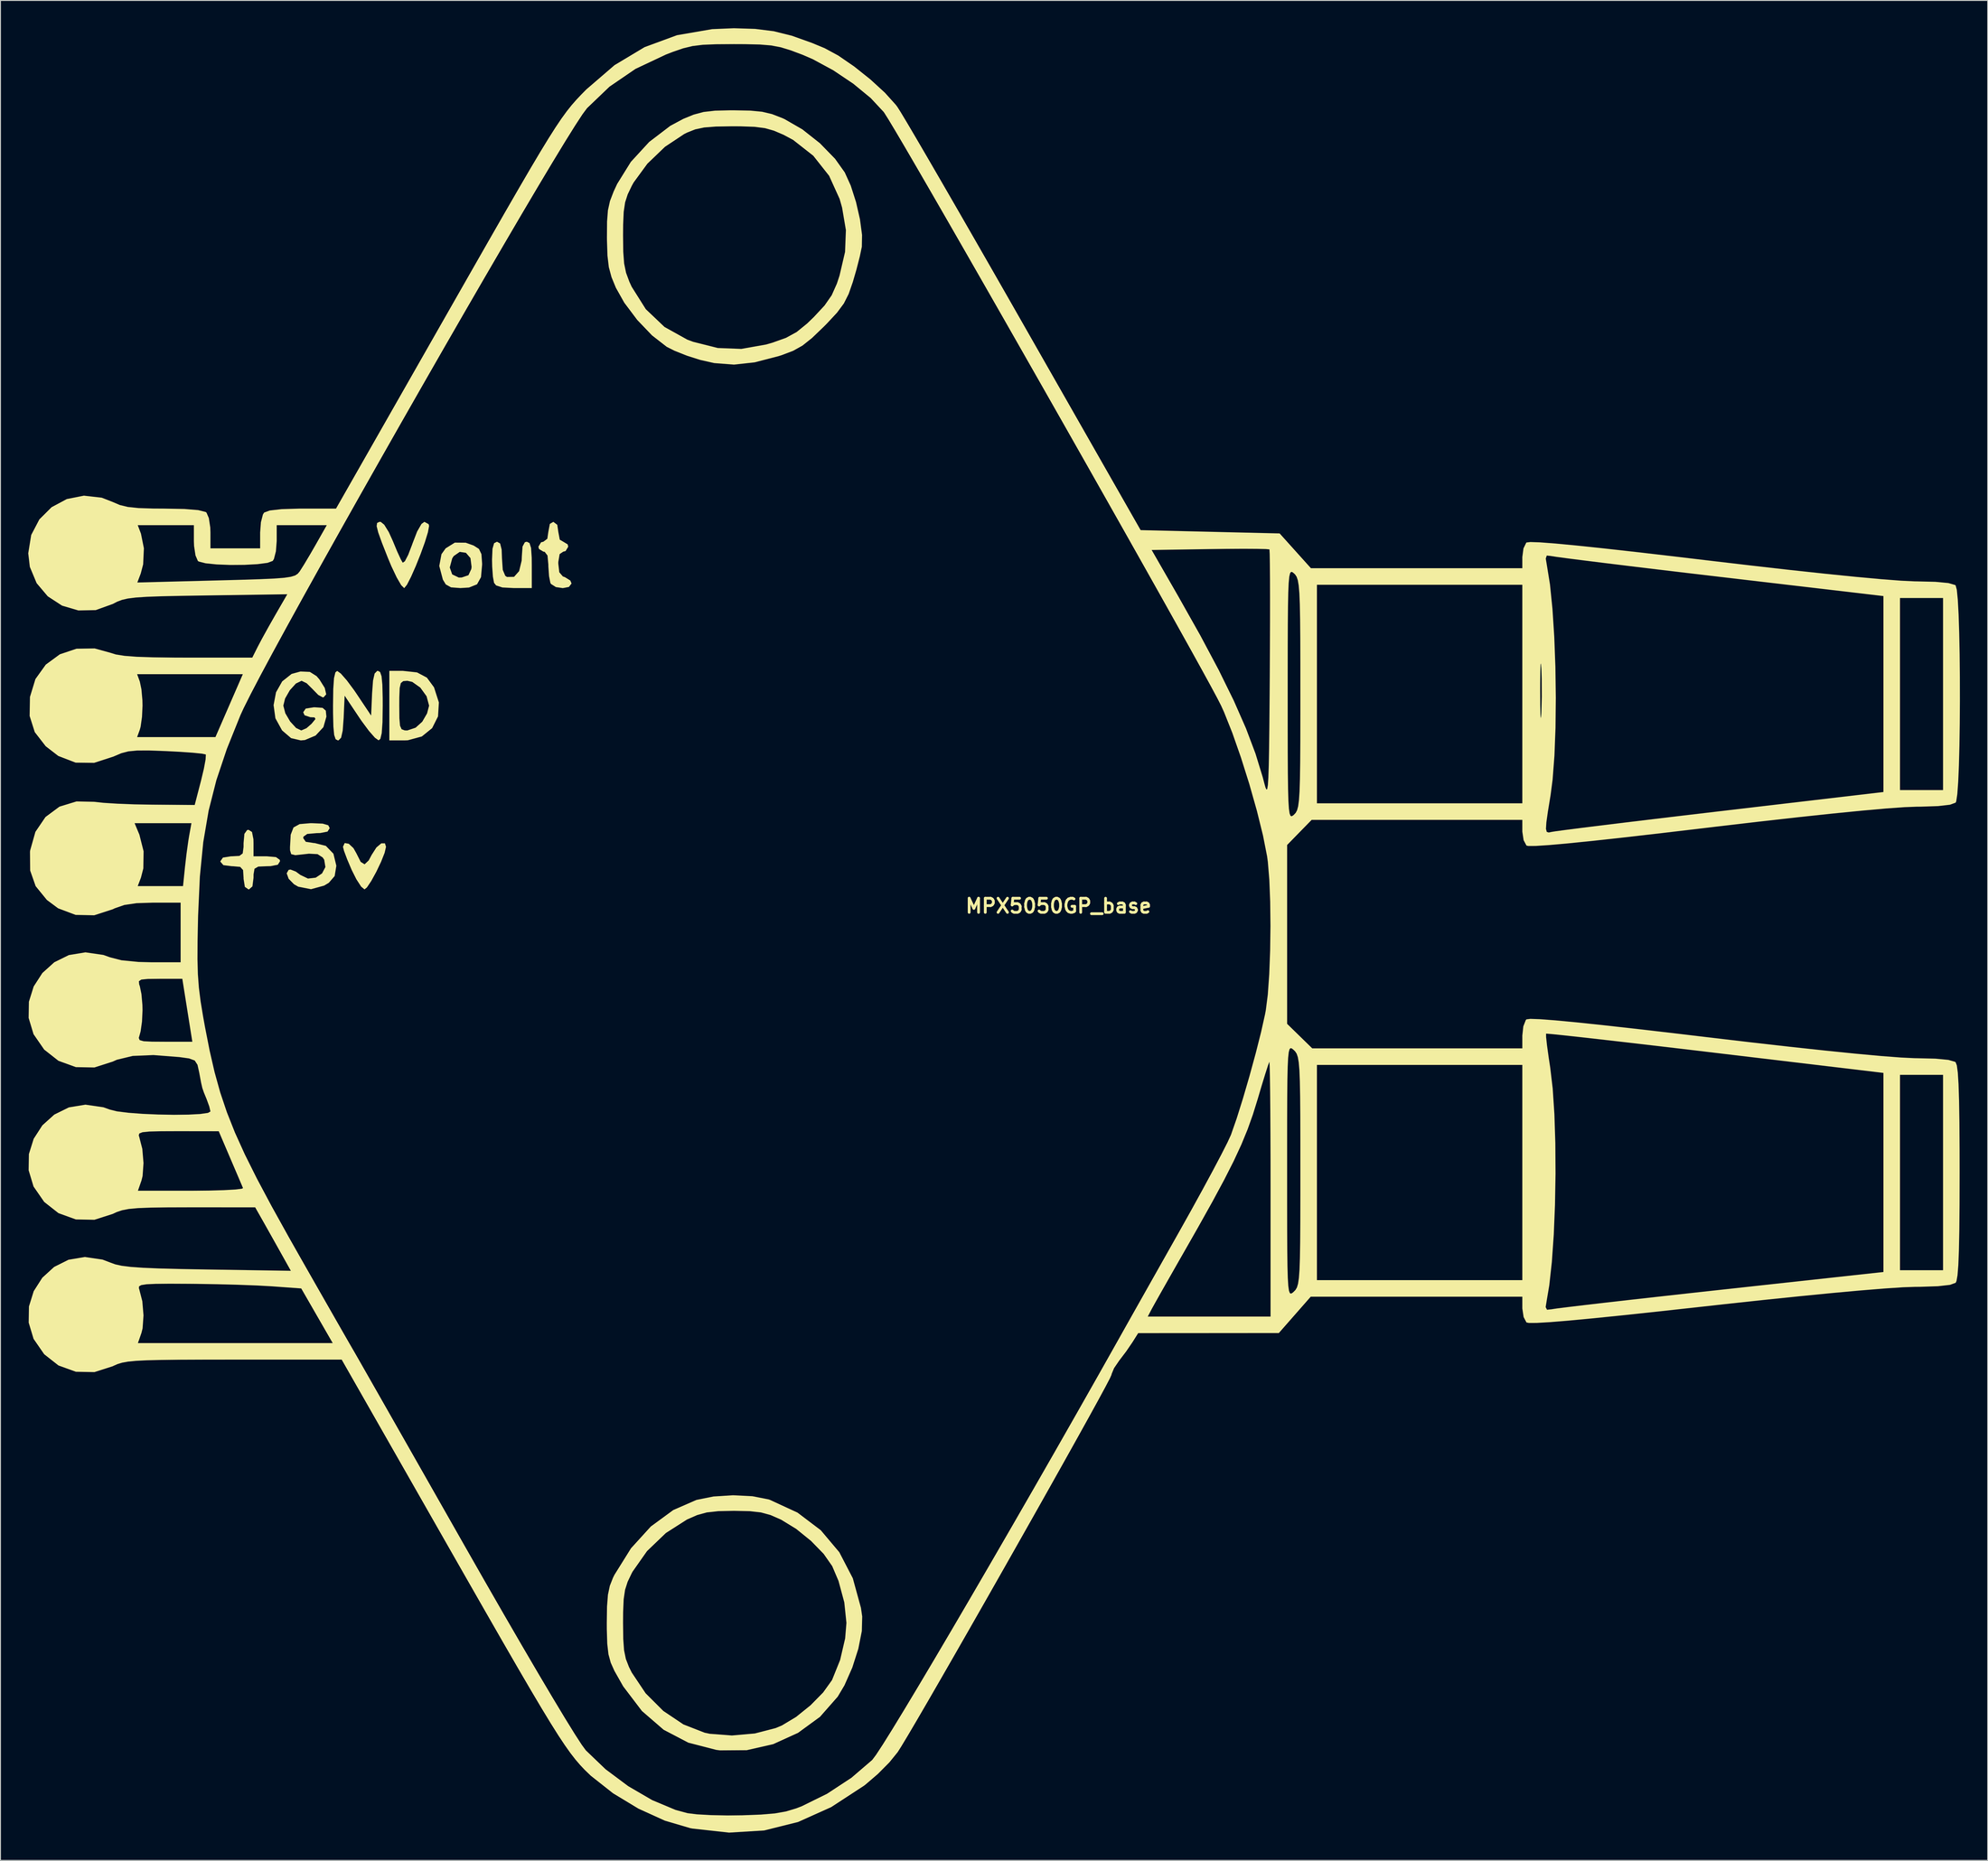
<source format=kicad_pcb>
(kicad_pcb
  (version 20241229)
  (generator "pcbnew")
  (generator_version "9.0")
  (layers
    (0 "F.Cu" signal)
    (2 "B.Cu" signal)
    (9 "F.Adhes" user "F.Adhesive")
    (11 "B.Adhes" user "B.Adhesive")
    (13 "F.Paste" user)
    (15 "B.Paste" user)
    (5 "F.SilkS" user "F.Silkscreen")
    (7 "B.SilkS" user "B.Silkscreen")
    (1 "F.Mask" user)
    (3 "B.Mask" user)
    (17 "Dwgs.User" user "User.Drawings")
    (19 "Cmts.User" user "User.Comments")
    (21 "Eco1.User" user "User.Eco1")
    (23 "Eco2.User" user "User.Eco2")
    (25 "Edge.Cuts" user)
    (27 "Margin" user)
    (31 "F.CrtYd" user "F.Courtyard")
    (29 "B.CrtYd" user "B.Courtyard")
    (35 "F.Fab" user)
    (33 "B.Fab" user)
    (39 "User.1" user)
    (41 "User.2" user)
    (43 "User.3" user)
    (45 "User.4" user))
  (footprint "MPX5050GP_base"
    (layer "F.Cu")
    (at 111.259 94.827)
    (property "Reference" "MPX5050GP_base" (at 0 0 0) (layer "F.SilkS") (effects (font (size 1.524 1.524) (thickness 0.3))))
    (attr board_only exclude_from_pos_files exclude_from_bom)
    (fp_poly (pts (xy -76.648 -6.721) (xy -76.142 -6.25) (xy -75.839 -5.716) (xy -75.357 -4.762) (xy -74.937 -4.499) (xy -74.494 -4.919) (xy -74.169 -5.526) (xy -73.66 -6.322) (xy -73.134 -6.764) (xy -72.741 -6.768) (xy -72.623 -6.395) (xy -72.774 -5.74) (xy -73.158 -4.771) (xy -73.674 -3.688) (xy -74.218 -2.697) (xy -74.688 -1.999) (xy -74.948 -1.789) (xy -75.31 -2.091) (xy -75.823 -2.881) (xy -76.33 -3.891) (xy -76.82 -5.042) (xy -77.161 -5.955) (xy -77.273 -6.395) (xy -77.086 -6.798)) (stroke (width 0) (type solid)) (fill yes) (layer "F.SilkS"))
    (fp_poly (pts (xy -57.127 -39.205) (xy -56.96 -38.675) (xy -56.89 -37.632) (xy -56.882 -36.848) (xy -56.882 -34.344) (xy -58.811 -34.344) (xy -60.056 -34.409) (xy -60.736 -34.631) (xy -60.958 -34.91) (xy -61.081 -35.575) (xy -61.159 -36.662) (xy -61.175 -37.414) (xy -61.125 -38.59) (xy -60.952 -39.191) (xy -60.638 -39.352) (xy -60.301 -39.162) (xy -60.137 -38.502) (xy -60.101 -37.552) (xy -60.017 -36.314) (xy -59.747 -35.669) (xy -59.56 -35.545) (xy -58.799 -35.556) (xy -58.249 -36.176) (xy -57.974 -37.315) (xy -57.955 -37.786) (xy -57.881 -38.831) (xy -57.63 -39.297) (xy -57.418 -39.352)) (stroke (width 0) (type solid)) (fill yes) (layer "F.SilkS"))
    (fp_poly (pts (xy -64.017 -39.245) (xy -63.159 -38.937) (xy -62.588 -38.573) (xy -62.32 -38.012) (xy -62.248 -37.009) (xy -62.248 -36.862) (xy -62.365 -35.526) (xy -62.796 -34.75) (xy -63.662 -34.402) (xy -64.587 -34.344) (xy -65.6 -34.421) (xy -66.169 -34.737) (xy -66.483 -35.255) (xy -66.829 -36.567) (xy -65.74 -36.567) (xy -65.476 -35.82) (xy -64.767 -35.48) (xy -64.453 -35.486) (xy -63.722 -35.734) (xy -63.415 -36.397) (xy -63.382 -36.63) (xy -63.504 -37.584) (xy -63.995 -38.153) (xy -64.664 -38.254) (xy -65.315 -37.801) (xy -65.475 -37.55) (xy -65.74 -36.567) (xy -66.829 -36.567) (xy -66.873 -36.733) (xy -66.635 -38.004) (xy -66.183 -38.637) (xy -65.194 -39.254)) (stroke (width 0) (type solid)) (fill yes) (layer "F.SilkS"))
    (fp_poly (pts (xy -68.023 -41.25) (xy -67.972 -41.058) (xy -68.097 -40.375) (xy -68.424 -39.308) (xy -68.884 -38.034) (xy -69.407 -36.726) (xy -69.922 -35.559) (xy -70.36 -34.708) (xy -70.65 -34.346) (xy -70.666 -34.344) (xy -70.983 -34.655) (xy -71.47 -35.493) (xy -72.048 -36.712) (xy -72.406 -37.566) (xy -73.064 -39.236) (xy -73.466 -40.355) (xy -73.634 -41.031) (xy -73.589 -41.374) (xy -73.355 -41.491) (xy -73.201 -41.499) (xy -72.819 -41.191) (xy -72.324 -40.39) (xy -71.893 -39.442) (xy -71.422 -38.307) (xy -71.024 -37.442) (xy -70.818 -37.084) (xy -70.588 -37.242) (xy -70.226 -37.939) (xy -69.809 -39.029) (xy -69.771 -39.141) (xy -69.264 -40.452) (xy -68.794 -41.272) (xy -68.479 -41.499)) (stroke (width 0) (type solid)) (fill yes) (layer "F.SilkS"))
    (fp_poly (pts (xy -69.275 -25.232) (xy -68.209 -24.667) (xy -67.439 -23.618) (xy -66.916 -21.989) (xy -67.007 -20.48) (xy -67.643 -19.213) (xy -68.756 -18.312) (xy -70.277 -17.9) (xy -70.627 -17.887) (xy -72.265 -17.887) (xy -72.265 -21.644) (xy -71.192 -21.644) (xy -71.18 -20.279) (xy -71.112 -19.478) (xy -70.939 -19.092) (xy -70.612 -18.97) (xy -70.323 -18.961) (xy -69.428 -19.261) (xy -68.713 -19.903) (xy -68.191 -20.801) (xy -67.972 -21.64) (xy -67.972 -21.644) (xy -68.244 -22.656) (xy -68.921 -23.591) (xy -69.792 -24.208) (xy -70.323 -24.327) (xy -70.765 -24.29) (xy -71.024 -24.08) (xy -71.149 -23.546) (xy -71.188 -22.536) (xy -71.192 -21.644) (xy -72.265 -21.644) (xy -72.265 -25.4) (xy -70.81 -25.4)) (stroke (width 0) (type solid)) (fill yes) (layer "F.SilkS"))
    (fp_poly (pts (xy -54.13 -41.179) (xy -54.02 -40.425) (xy -53.86 -39.573) (xy -53.483 -39.352) (xy -53.009 -39.066) (xy -52.946 -38.815) (xy -53.233 -38.341) (xy -53.483 -38.279) (xy -53.875 -38.015) (xy -54.018 -37.165) (xy -54.02 -36.993) (xy -53.913 -36.052) (xy -53.527 -35.601) (xy -53.304 -35.521) (xy -52.723 -35.161) (xy -52.589 -34.839) (xy -52.874 -34.466) (xy -53.535 -34.339) (xy -54.278 -34.45) (xy -54.81 -34.79) (xy -54.876 -34.91) (xy -55.018 -35.627) (xy -55.091 -36.669) (xy -55.093 -36.877) (xy -55.185 -37.861) (xy -55.49 -38.258) (xy -55.63 -38.279) (xy -56.104 -38.565) (xy -56.166 -38.815) (xy -55.88 -39.29) (xy -55.63 -39.352) (xy -55.204 -39.672) (xy -55.093 -40.425) (xy -54.933 -41.277) (xy -54.556 -41.499)) (stroke (width 0) (type solid)) (fill yes) (layer "F.SilkS"))
    (fp_poly (pts (xy -87.096 -7.992) (xy -86.942 -7.209) (xy -86.932 -6.797) (xy -86.932 -5.366) (xy -85.501 -5.366) (xy -84.506 -5.278) (xy -84.096 -4.984) (xy -84.07 -4.83) (xy -84.307 -4.456) (xy -85.09 -4.303) (xy -85.501 -4.293) (xy -86.418 -4.255) (xy -86.825 -4.021) (xy -86.929 -3.41) (xy -86.932 -3.041) (xy -87.049 -2.115) (xy -87.42 -1.791) (xy -87.469 -1.789) (xy -87.866 -2.06) (xy -88.005 -2.927) (xy -88.006 -3.041) (xy -88.061 -3.88) (xy -88.373 -4.224) (xy -89.162 -4.293) (xy -89.258 -4.293) (xy -90.184 -4.409) (xy -90.508 -4.781) (xy -90.51 -4.83) (xy -90.238 -5.226) (xy -89.372 -5.365) (xy -89.258 -5.366) (xy -88.456 -5.41) (xy -88.1 -5.677) (xy -88.008 -6.375) (xy -88.006 -6.797) (xy -87.917 -7.792) (xy -87.623 -8.202) (xy -87.469 -8.228)) (stroke (width 0) (type solid)) (fill yes) (layer "F.SilkS"))
    (fp_poly (pts (xy -73.262 -25.273) (xy -73.106 -24.817) (xy -73.019 -23.92) (xy -72.983 -22.469) (xy -72.98 -21.644) (xy -73.005 -19.842) (xy -73.087 -18.672) (xy -73.235 -18.052) (xy -73.427 -17.895) (xy -73.823 -18.177) (xy -74.475 -18.922) (xy -75.262 -19.983) (xy -75.485 -20.31) (xy -77.094 -22.717) (xy -77.2 -20.302) (xy -77.301 -18.941) (xy -77.473 -18.177) (xy -77.748 -17.896) (xy -77.826 -17.887) (xy -78.065 -18.014) (xy -78.221 -18.47) (xy -78.308 -19.367) (xy -78.343 -20.818) (xy -78.346 -21.644) (xy -78.321 -23.445) (xy -78.24 -24.615) (xy -78.091 -25.236) (xy -77.899 -25.393) (xy -77.504 -25.11) (xy -76.852 -24.366) (xy -76.065 -23.305) (xy -75.842 -22.978) (xy -74.232 -20.57) (xy -74.127 -22.985) (xy -74.026 -24.347) (xy -73.854 -25.11) (xy -73.579 -25.391) (xy -73.501 -25.4)) (stroke (width 0) (type solid)) (fill yes) (layer "F.SilkS"))
    (fp_poly (pts (xy -79.458 -8.894) (xy -78.861 -8.718) (xy -78.704 -8.407) (xy -78.941 -8.034) (xy -79.724 -7.88) (xy -80.135 -7.87) (xy -81.13 -7.782) (xy -81.54 -7.488) (xy -81.566 -7.334) (xy -81.29 -6.934) (xy -80.413 -6.798) (xy -80.334 -6.797) (xy -79.119 -6.49) (xy -78.303 -5.644) (xy -77.994 -4.371) (xy -77.994 -4.303) (xy -78.17 -3.232) (xy -78.798 -2.506) (xy -79.307 -2.2) (xy -80.722 -1.812) (xy -82.099 -2.081) (xy -82.56 -2.346) (xy -83.139 -2.938) (xy -83.35 -3.528) (xy -83.142 -3.897) (xy -82.936 -3.935) (xy -82.363 -3.714) (xy -81.877 -3.356) (xy -81.054 -2.96) (xy -80.216 -3.057) (xy -79.532 -3.516) (xy -79.169 -4.206) (xy -79.297 -4.995) (xy -79.466 -5.243) (xy -80.017 -5.599) (xy -80.945 -5.648) (xy -81.463 -5.59) (xy -82.418 -5.488) (xy -82.861 -5.595) (xy -82.987 -6.01) (xy -82.992 -6.357) (xy -82.916 -7.7) (xy -82.615 -8.48) (xy -81.953 -8.845) (xy -80.798 -8.943) (xy -80.63 -8.944)) (stroke (width 0) (type solid)) (fill yes) (layer "F.SilkS"))
    (fp_poly (pts (xy -80.846 -25.286) (xy -80.126 -24.833) (xy -79.818 -24.477) (xy -79.24 -23.555) (xy -79.08 -22.864) (xy -79.366 -22.545) (xy -79.458 -22.538) (xy -79.937 -22.795) (xy -80.543 -23.415) (xy -80.557 -23.432) (xy -81.192 -24.061) (xy -81.74 -24.327) (xy -81.745 -24.327) (xy -82.357 -24.03) (xy -83.012 -23.306) (xy -83.525 -22.409) (xy -83.713 -21.644) (xy -83.499 -20.823) (xy -82.978 -19.934) (xy -82.334 -19.229) (xy -81.775 -18.961) (xy -81.212 -19.205) (xy -80.672 -19.676) (xy -80.244 -20.194) (xy -80.338 -20.372) (xy -80.795 -20.392) (xy -81.421 -20.603) (xy -81.566 -20.928) (xy -81.295 -21.325) (xy -80.428 -21.464) (xy -80.314 -21.465) (xy -79.472 -21.403) (xy -79.126 -21.101) (xy -79.062 -20.454) (xy -79.386 -19.318) (xy -80.226 -18.414) (xy -81.385 -17.926) (xy -81.826 -17.887) (xy -82.874 -18.131) (xy -83.824 -18.946) (xy -83.86 -18.988) (xy -84.568 -20.276) (xy -84.764 -21.698) (xy -84.502 -23.083) (xy -83.835 -24.263) (xy -82.816 -25.071) (xy -81.864 -25.33)) (stroke (width 0) (type solid)) (fill yes) (layer "F.SilkS"))
    (fp_poly (pts (xy -33.06 63.769) (xy -31.313 64.112) (xy -31.172 64.159) (xy -28.186 65.54) (xy -25.675 67.442) (xy -23.673 69.82) (xy -22.215 72.632) (xy -21.336 75.834) (xy -21.201 76.761) (xy -21.24 78.327) (xy -21.619 80.244) (xy -22.269 82.278) (xy -23.116 84.196) (xy -23.845 85.425) (xy -25.76 87.604) (xy -28.131 89.334) (xy -30.816 90.556) (xy -33.673 91.207) (xy -36.563 91.225) (xy -36.963 91.173) (xy -39.973 90.397) (xy -42.644 89) (xy -44.987 86.974) (xy -47.011 84.312) (xy -47.958 82.639) (xy -48.356 81.753) (xy -48.604 80.843) (xy -48.734 79.702) (xy -48.781 78.125) (xy -48.783 77.452) (xy -47.027 77.452) (xy -47.005 79.183) (xy -46.917 80.411) (xy -46.724 81.351) (xy -46.389 82.214) (xy -46.087 82.818) (xy -44.588 85.059) (xy -42.678 86.967) (xy -40.505 88.425) (xy -38.219 89.317) (xy -37.663 89.435) (xy -35.269 89.618) (xy -32.796 89.401) (xy -30.552 88.819) (xy -29.869 88.533) (xy -28.339 87.612) (xy -26.782 86.357) (xy -25.422 84.973) (xy -24.481 83.661) (xy -24.442 83.587) (xy -23.584 81.457) (xy -23.042 79.126) (xy -22.904 77.452) (xy -23.134 75.241) (xy -23.759 72.921) (xy -24.442 71.318) (xy -25.365 69.997) (xy -26.733 68.593) (xy -28.331 67.299) (xy -29.946 66.31) (xy -29.995 66.286) (xy -31.097 65.804) (xy -32.136 65.519) (xy -33.37 65.383) (xy -35.059 65.348) (xy -36.748 65.383) (xy -37.983 65.519) (xy -39.022 65.804) (xy -40.123 66.286) (xy -42.402 67.744) (xy -44.436 69.696) (xy -46 71.921) (xy -46.089 72.086) (xy -46.532 73.012) (xy -46.81 73.881) (xy -46.96 74.904) (xy -47.019 76.296) (xy -47.027 77.452) (xy -48.783 77.452) (xy -48.758 75.679) (xy -48.659 74.413) (xy -48.455 73.447) (xy -48.112 72.576) (xy -47.958 72.265) (xy -46.167 69.393) (xy -44.027 67.039) (xy -41.606 65.264) (xy -39.106 64.17) (xy -37.262 63.798) (xy -35.145 63.665)) (stroke (width 0) (type solid)) (fill yes) (layer "F.SilkS"))
    (fp_poly (pts (xy -33.304 -85.926) (xy -32.014 -85.804) (xy -30.942 -85.55) (xy -29.837 -85.122) (xy -29.584 -85.008) (xy -27.664 -83.9) (xy -25.77 -82.404) (xy -24.132 -80.722) (xy -23.086 -79.253) (xy -22.437 -77.822) (xy -21.871 -76.054) (xy -21.445 -74.195) (xy -21.217 -72.495) (xy -21.239 -71.224) (xy -21.461 -70.167) (xy -21.824 -68.753) (xy -22.214 -67.411) (xy -22.663 -66.121) (xy -23.183 -65.091) (xy -23.92 -64.097) (xy -25.02 -62.914) (xy -25.363 -62.569) (xy -26.626 -61.357) (xy -27.65 -60.542) (xy -28.658 -59.977) (xy -29.878 -59.514) (xy -30.245 -59.397) (xy -32.814 -58.731) (xy -35.047 -58.486) (xy -37.181 -58.651) (xy -38.698 -58.993) (xy -40.136 -59.452) (xy -41.479 -59.987) (xy -42.314 -60.41) (xy -43.897 -61.641) (xy -45.494 -63.31) (xy -46.894 -65.174) (xy -47.802 -66.789) (xy -48.274 -67.939) (xy -48.563 -69.013) (xy -48.711 -70.261) (xy -48.764 -71.932) (xy -48.767 -72.265) (xy -48.765 -72.444) (xy -47.026 -72.444) (xy -47.005 -70.685) (xy -46.91 -69.416) (xy -46.704 -68.411) (xy -46.348 -67.447) (xy -46.097 -66.899) (xy -44.569 -64.474) (xy -42.549 -62.553) (xy -40.09 -61.184) (xy -39.461 -60.949) (xy -36.796 -60.279) (xy -34.255 -60.182) (xy -31.589 -60.655) (xy -30.893 -60.855) (xy -29.43 -61.377) (xy -28.279 -62.007) (xy -27.149 -62.925) (xy -26.422 -63.628) (xy -25.265 -64.873) (xy -24.497 -65.976) (xy -23.937 -67.23) (xy -23.65 -68.099) (xy -23.052 -70.663) (xy -22.961 -73.018) (xy -23.375 -75.458) (xy -23.64 -76.387) (xy -24.775 -78.887) (xy -26.486 -81.053) (xy -28.664 -82.762) (xy -29.693 -83.313) (xy -30.731 -83.756) (xy -31.7 -84.031) (xy -32.826 -84.177) (xy -34.335 -84.229) (xy -35.238 -84.233) (xy -37.009 -84.205) (xy -38.273 -84.105) (xy -39.236 -83.9) (xy -40.104 -83.556) (xy -40.425 -83.396) (xy -42.496 -82.019) (xy -44.398 -80.193) (xy -45.883 -78.163) (xy -46.079 -77.81) (xy -46.524 -76.883) (xy -46.804 -76.015) (xy -46.956 -74.991) (xy -47.017 -73.6) (xy -47.026 -72.444) (xy -48.765 -72.444) (xy -48.754 -73.943) (xy -48.66 -75.157) (xy -48.439 -76.156) (xy -48.041 -77.191) (xy -47.658 -78.015) (xy -46.184 -80.387) (xy -44.207 -82.54) (xy -41.925 -84.282) (xy -40.516 -85.038) (xy -39.384 -85.499) (xy -38.33 -85.779) (xy -37.107 -85.919) (xy -35.468 -85.96) (xy -35.059 -85.96)) (stroke (width 0) (type solid)) (fill yes) (layer "F.SilkS"))
    (fp_poly (pts (xy -32.763 -94.755) (xy -30.762 -94.504) (xy -28.803 -94.018) (xy -26.63 -93.241) (xy -25.256 -92.671) (xy -23.782 -91.873) (xy -22.067 -90.693) (xy -20.319 -89.299) (xy -18.749 -87.86) (xy -17.566 -86.547) (xy -17.399 -86.321) (xy -17.037 -85.749) (xy -16.353 -84.609) (xy -15.379 -82.955) (xy -14.146 -80.842) (xy -12.686 -78.324) (xy -11.03 -75.456) (xy -9.21 -72.291) (xy -7.256 -68.884) (xy -5.201 -65.29) (xy -3.706 -62.668) (xy 8.866 -40.604) (xy 16.373 -40.425) (xy 23.879 -40.246) (xy 25.567 -38.368) (xy 27.255 -36.49) (xy 50.085 -36.49) (xy 50.085 -37.532) (xy 52.615 -37.532) (xy 52.737 -36.799) (xy 53.072 -34.726) (xy 53.338 -32.099) (xy 53.533 -29.079) (xy 53.655 -25.823) (xy 53.7 -22.492) (xy 53.667 -19.245) (xy 53.552 -16.24) (xy 53.353 -13.637) (xy 53.138 -11.985) (xy 52.847 -10.21) (xy 52.68 -9.03) (xy 52.637 -8.332) (xy 52.722 -8.004) (xy 52.936 -7.936) (xy 53.215 -7.996) (xy 53.685 -8.071) (xy 54.795 -8.22) (xy 56.475 -8.435) (xy 58.652 -8.705) (xy 61.257 -9.024) (xy 64.219 -9.381) (xy 67.467 -9.769) (xy 70.93 -10.178) (xy 71.46 -10.241) (xy 89.079 -12.311) (xy 89.079 -12.521) (xy 90.868 -12.521) (xy 95.518 -12.521) (xy 95.518 -33.27) (xy 90.868 -33.27) (xy 90.868 -12.521) (xy 89.079 -12.521) (xy 89.079 -33.481) (xy 71.46 -35.551) (xy 67.969 -35.963) (xy 64.681 -36.356) (xy 61.666 -36.72) (xy 58.997 -37.047) (xy 56.743 -37.328) (xy 54.977 -37.553) (xy 53.769 -37.716) (xy 53.19 -37.805) (xy 53.162 -37.812) (xy 52.724 -37.858) (xy 52.615 -37.532) (xy 50.085 -37.532) (xy 50.085 -37.698) (xy 50.208 -38.629) (xy 50.508 -39.246) (xy 50.532 -39.267) (xy 50.955 -39.319) (xy 51.994 -39.283) (xy 53.662 -39.156) (xy 55.973 -38.936) (xy 58.942 -38.624) (xy 62.582 -38.216) (xy 66.909 -37.712) (xy 69.939 -37.351) (xy 74.67 -36.793) (xy 78.97 -36.304) (xy 82.795 -35.891) (xy 86.1 -35.556) (xy 88.839 -35.305) (xy 90.97 -35.141) (xy 92.445 -35.07) (xy 92.674 -35.067) (xy 94.689 -35.019) (xy 96.085 -34.887) (xy 96.82 -34.676) (xy 96.878 -34.63) (xy 97.004 -34.153) (xy 97.111 -33.068) (xy 97.197 -31.479) (xy 97.262 -29.494) (xy 97.308 -27.218) (xy 97.333 -24.759) (xy 97.338 -22.221) (xy 97.322 -19.711) (xy 97.286 -17.336) (xy 97.23 -15.201) (xy 97.154 -13.414) (xy 97.057 -12.079) (xy 96.94 -11.303) (xy 96.878 -11.162) (xy 96.266 -10.937) (xy 94.985 -10.79) (xy 93.078 -10.726) (xy 92.674 -10.724) (xy 91.346 -10.674) (xy 89.353 -10.53) (xy 86.742 -10.297) (xy 83.555 -9.98) (xy 79.839 -9.583) (xy 75.638 -9.11) (xy 70.997 -8.567) (xy 69.939 -8.441) (xy 65.181 -7.876) (xy 61.117 -7.409) (xy 57.734 -7.038) (xy 55.017 -6.761) (xy 52.952 -6.577) (xy 51.525 -6.484) (xy 50.722 -6.482) (xy 50.532 -6.525) (xy 50.224 -7.106) (xy 50.085 -8.028) (xy 50.085 -8.093) (xy 50.085 -9.301) (xy 27.334 -9.301) (xy 26.009 -7.945) (xy 24.685 -6.588) (xy 24.685 12.734) (xy 26.041 14.058) (xy 27.398 15.383) (xy 50.085 15.383) (xy 50.085 13.996) (xy 50.192 13.008) (xy 50.459 12.326) (xy 50.532 12.249) (xy 50.955 12.196) (xy 51.994 12.233) (xy 53.662 12.36) (xy 55.973 12.579) (xy 58.942 12.892) (xy 62.582 13.3) (xy 66.909 13.803) (xy 69.939 14.165) (xy 74.67 14.723) (xy 78.97 15.211) (xy 82.795 15.625) (xy 86.1 15.96) (xy 88.839 16.211) (xy 90.97 16.374) (xy 92.445 16.445) (xy 92.674 16.448) (xy 94.689 16.496) (xy 96.085 16.629) (xy 96.82 16.84) (xy 96.878 16.886) (xy 97.006 17.226) (xy 97.11 17.998) (xy 97.189 19.25) (xy 97.247 21.033) (xy 97.284 23.397) (xy 97.303 26.393) (xy 97.307 28.799) (xy 97.299 32.249) (xy 97.274 35.034) (xy 97.23 37.204) (xy 97.166 38.81) (xy 97.079 39.9) (xy 96.968 40.526) (xy 96.878 40.712) (xy 96.265 40.935) (xy 94.97 41.081) (xy 93.021 41.146) (xy 92.495 41.149) (xy 91.184 41.195) (xy 89.223 41.325) (xy 86.671 41.533) (xy 83.59 41.814) (xy 80.038 42.163) (xy 76.075 42.573) (xy 71.762 43.039) (xy 69.761 43.261) (xy 65.085 43.778) (xy 61.099 44.205) (xy 57.782 44.543) (xy 55.114 44.795) (xy 53.074 44.963) (xy 51.641 45.047) (xy 50.796 45.05) (xy 50.532 44.997) (xy 50.224 44.411) (xy 50.085 43.486) (xy 50.085 43.422) (xy 50.085 43.338) (xy 52.603 43.338) (xy 52.752 43.624) (xy 53.284 43.567) (xy 53.338 43.555) (xy 53.857 43.478) (xy 55.015 43.333) (xy 56.739 43.127) (xy 58.957 42.869) (xy 61.596 42.568) (xy 64.584 42.232) (xy 67.847 41.869) (xy 71.314 41.488) (xy 71.639 41.452) (xy 89.079 39.545) (xy 89.079 39.352) (xy 90.868 39.352) (xy 95.518 39.352) (xy 95.518 18.245) (xy 90.868 18.245) (xy 90.868 39.352) (xy 89.079 39.352) (xy 89.079 18.035) (xy 70.923 15.867) (xy 67.402 15.448) (xy 64.102 15.06) (xy 61.089 14.71) (xy 58.431 14.405) (xy 56.195 14.153) (xy 54.448 13.962) (xy 53.256 13.84) (xy 52.688 13.793) (xy 52.649 13.795) (xy 52.651 14.165) (xy 52.753 15.088) (xy 52.936 16.407) (xy 53.096 17.453) (xy 53.364 19.716) (xy 53.547 22.486) (xy 53.648 25.606) (xy 53.669 28.919) (xy 53.612 32.269) (xy 53.48 35.499) (xy 53.274 38.452) (xy 52.997 40.972) (xy 52.733 42.535) (xy 52.603 43.338) (xy 50.085 43.338) (xy 50.085 42.214) (xy 27.233 42.214) (xy 25.512 44.177) (xy 23.79 46.14) (xy 16.196 46.145) (xy 8.602 46.149) (xy 7.983 47.133) (xy 7.3 48.132) (xy 6.544 49.128) (xy 5.996 49.933) (xy 5.729 50.577) (xy 5.724 50.638) (xy 5.552 51.025) (xy 5.059 51.968) (xy 4.282 53.404) (xy 3.256 55.27) (xy 2.018 57.501) (xy 0.604 60.035) (xy -0.95 62.806) (xy -2.608 65.752) (xy -4.335 68.809) (xy -6.093 71.914) (xy -7.847 75.002) (xy -9.562 78.01) (xy -11.2 80.874) (xy -12.726 83.53) (xy -14.103 85.916) (xy -15.296 87.966) (xy -16.269 89.619) (xy -16.985 90.809) (xy -17.37 91.416) (xy -18.267 92.523) (xy -19.51 93.775) (xy -20.848 94.923) (xy -21.008 95.045) (xy -24.55 97.357) (xy -28.129 98.965) (xy -31.79 99.879) (xy -35.577 100.111) (xy -39.537 99.672) (xy -39.782 99.625) (xy -42.511 98.82) (xy -45.364 97.523) (xy -48.108 95.862) (xy -50.51 93.966) (xy -51.176 93.323) (xy -51.672 92.796) (xy -52.174 92.209) (xy -52.713 91.513) (xy -53.318 90.66) (xy -54.02 89.601) (xy -54.847 88.286) (xy -55.831 86.667) (xy -57 84.696) (xy -58.385 82.323) (xy -60.016 79.499) (xy -61.922 76.176) (xy -64.134 72.305) (xy -65.466 69.969) (xy -77.411 49.011) (xy -89.072 49.011) (xy -92.288 49.014) (xy -94.87 49.023) (xy -96.899 49.045) (xy -98.457 49.083) (xy -99.626 49.142) (xy -100.487 49.227) (xy -101.122 49.341) (xy -101.612 49.49) (xy -102.038 49.677) (xy -102.137 49.727) (xy -104.113 50.36) (xy -106.114 50.323) (xy -107.997 49.641) (xy -109.537 48.429) (xy -110.37 47.223) (xy -99.416 47.223) (xy -78.381 47.223) (xy -80.081 44.271) (xy -81.78 41.32) (xy -84.982 41.089) (xy -86.523 41.004) (xy -88.549 40.927) (xy -90.83 40.866) (xy -93.137 40.827) (xy -93.857 40.821) (xy -95.986 40.812) (xy -97.496 40.825) (xy -98.486 40.87) (xy -99.054 40.958) (xy -99.296 41.1) (xy -99.31 41.306) (xy -99.273 41.409) (xy -98.94 42.702) (xy -98.812 44.232) (xy -98.91 45.632) (xy -99.033 46.124) (xy -99.416 47.223) (xy -110.37 47.223) (xy -110.684 46.768) (xy -111.21 45.015) (xy -111.182 43.267) (xy -110.669 41.618) (xy -109.741 40.164) (xy -108.466 39) (xy -106.912 38.221) (xy -105.149 37.924) (xy -103.245 38.202) (xy -102.393 38.526) (xy -101.862 38.72) (xy -101.159 38.874) (xy -100.192 38.995) (xy -98.872 39.089) (xy -97.107 39.162) (xy -94.805 39.222) (xy -91.982 39.273) (xy -82.9 39.416) (xy -84.251 37) (xy -84.992 35.678) (xy -85.672 34.467) (xy -86.153 33.615) (xy -86.178 33.571) (xy -86.754 32.559) (xy -93.743 32.557) (xy -96.196 32.563) (xy -98.048 32.588) (xy -99.412 32.642) (xy -100.403 32.735) (xy -101.134 32.876) (xy -101.721 33.075) (xy -102.137 33.27) (xy -104.113 33.904) (xy -106.114 33.867) (xy -107.997 33.185) (xy -109.537 31.973) (xy -110.371 30.766) (xy -99.416 30.766) (xy -93.681 30.766) (xy -91.758 30.75) (xy -90.124 30.703) (xy -88.895 30.634) (xy -88.189 30.546) (xy -88.065 30.482) (xy -88.251 30.044) (xy -88.647 29.115) (xy -89.182 27.863) (xy -89.437 27.267) (xy -90.689 24.336) (xy -95.109 24.331) (xy -96.95 24.337) (xy -98.184 24.369) (xy -98.918 24.443) (xy -99.263 24.577) (xy -99.326 24.785) (xy -99.273 24.953) (xy -98.94 26.245) (xy -98.812 27.776) (xy -98.91 29.175) (xy -99.033 29.668) (xy -99.416 30.766) (xy -110.371 30.766) (xy -110.688 30.308) (xy -111.216 28.553) (xy -111.188 26.803) (xy -110.672 25.154) (xy -109.735 23.701) (xy -108.446 22.539) (xy -106.873 21.762) (xy -105.082 21.467) (xy -103.142 21.749) (xy -102.439 22.001) (xy -101.669 22.191) (xy -100.444 22.344) (xy -98.914 22.459) (xy -97.225 22.532) (xy -95.526 22.562) (xy -93.965 22.544) (xy -92.689 22.476) (xy -91.848 22.356) (xy -91.583 22.204) (xy -91.71 21.658) (xy -92 20.862) (xy -92.29 20.157) (xy -92.46 19.665) (xy -92.593 19.087) (xy -92.771 18.128) (xy -92.79 18.024) (xy -92.981 17.161) (xy -93.28 16.698) (xy -93.892 16.471) (xy -94.916 16.328) (xy -97.739 16.107) (xy -99.978 16.202) (xy -101.692 16.615) (xy -102.137 16.814) (xy -104.113 17.448) (xy -106.114 17.411) (xy -107.997 16.728) (xy -109.537 15.517) (xy -110.409 14.255) (xy -99.323 14.255) (xy -99.228 14.494) (xy -98.795 14.616) (xy -97.895 14.661) (xy -96.52 14.668) (xy -93.539 14.668) (xy -94.08 11.269) (xy -94.621 7.87) (xy -97.061 7.87) (xy -98.343 7.882) (xy -99.047 7.952) (xy -99.313 8.132) (xy -99.279 8.473) (xy -99.209 8.675) (xy -99.035 9.511) (xy -98.93 10.698) (xy -98.917 11.269) (xy -98.975 12.496) (xy -99.122 13.54) (xy -99.209 13.863) (xy -99.323 14.255) (xy -110.409 14.255) (xy -110.688 13.851) (xy -111.216 12.096) (xy -111.188 10.347) (xy -110.672 8.698) (xy -109.735 7.245) (xy -108.446 6.082) (xy -106.873 5.306) (xy -105.082 5.011) (xy -103.142 5.292) (xy -102.439 5.545) (xy -101.185 5.867) (xy -99.368 6.048) (xy -97.979 6.082) (xy -94.803 6.082) (xy -94.803 5.758) (xy -92.984 5.758) (xy -92.94 7.379) (xy -92.832 8.832) (xy -92.647 10.297) (xy -92.374 11.957) (xy -92.17 13.085) (xy -91.669 15.638) (xy -91.136 17.957) (xy -90.53 20.139) (xy -89.81 22.281) (xy -88.937 24.482) (xy -87.87 26.839) (xy -86.568 29.449) (xy -84.991 32.41) (xy -83.098 35.821) (xy -81.778 38.151) (xy -80.435 40.51) (xy -79.195 42.683) (xy -78.108 44.587) (xy -77.219 46.142) (xy -76.576 47.263) (xy -76.225 47.869) (xy -76.185 47.938) (xy -75.956 48.334) (xy -75.404 49.3) (xy -74.56 50.782) (xy -73.453 52.727) (xy -72.113 55.082) (xy -70.571 57.794) (xy -68.857 60.81) (xy -67.001 64.078) (xy -65.033 67.543) (xy -64.18 69.045) (xy -61.972 72.919) (xy -59.885 76.553) (xy -57.946 79.9) (xy -56.185 82.91) (xy -54.629 85.536) (xy -53.309 87.729) (xy -52.251 89.442) (xy -51.485 90.625) (xy -51.044 91.225) (xy -48.917 93.264) (xy -46.468 95.093) (xy -43.888 96.597) (xy -41.364 97.658) (xy -40.068 98.01) (xy -39.057 98.136) (xy -37.549 98.221) (xy -35.758 98.256) (xy -34.165 98.24) (xy -32.139 98.164) (xy -30.627 98.036) (xy -29.428 97.823) (xy -28.341 97.497) (xy -27.722 97.259) (xy -24.994 95.914) (xy -22.362 94.185) (xy -20.135 92.274) (xy -20.116 92.254) (xy -19.709 91.713) (xy -18.979 90.598) (xy -17.956 88.959) (xy -16.669 86.847) (xy -15.146 84.311) (xy -13.418 81.402) (xy -11.512 78.168) (xy -9.459 74.659) (xy -7.288 70.927) (xy -5.027 67.019) (xy -2.705 62.987) (xy -0.353 58.88) (xy 2.001 54.748) (xy 4.329 50.64) (xy 6.6 46.607) (xy 7.11 45.698) (xy 7.507 44.991) (xy 7.862 44.361) (xy 9.634 44.361) (xy 22.896 44.361) (xy 22.896 30.528) (xy 22.894 28.62) (xy 24.685 28.62) (xy 24.685 32.108) (xy 24.689 34.944) (xy 24.7 37.191) (xy 24.722 38.914) (xy 24.758 40.176) (xy 24.811 41.04) (xy 24.885 41.57) (xy 24.984 41.83) (xy 25.11 41.883) (xy 25.268 41.793) (xy 25.4 41.677) (xy 25.591 41.479) (xy 25.744 41.216) (xy 25.865 40.814) (xy 25.922 40.425) (xy 27.904 40.425) (xy 50.085 40.425) (xy 50.085 17.172) (xy 27.904 17.172) (xy 27.904 40.425) (xy 25.922 40.425) (xy 25.956 40.199) (xy 26.022 39.299) (xy 26.066 38.038) (xy 26.094 36.343) (xy 26.109 34.14) (xy 26.115 31.355) (xy 26.115 28.62) (xy 26.114 25.309) (xy 26.107 22.64) (xy 26.09 20.539) (xy 26.059 18.932) (xy 26.011 17.745) (xy 25.94 16.904) (xy 25.844 16.336) (xy 25.718 15.966) (xy 25.558 15.72) (xy 25.4 15.562) (xy 25.218 15.409) (xy 25.07 15.354) (xy 24.952 15.462) (xy 24.861 15.795) (xy 24.793 16.418) (xy 24.746 17.393) (xy 24.714 18.785) (xy 24.696 20.658) (xy 24.687 23.073) (xy 24.685 26.096) (xy 24.685 28.62) (xy 22.894 28.62) (xy 22.893 27.468) (xy 22.883 24.651) (xy 22.869 22.152) (xy 22.85 20.047) (xy 22.827 18.412) (xy 22.801 17.323) (xy 22.773 16.855) (xy 22.766 16.844) (xy 22.62 17.227) (xy 22.322 18.154) (xy 21.916 19.479) (xy 21.507 20.862) (xy 20.989 22.531) (xy 20.418 24.134) (xy 19.744 25.775) (xy 18.919 27.555) (xy 17.894 29.576) (xy 16.621 31.941) (xy 15.049 34.753) (xy 13.958 36.669) (xy 12.854 38.602) (xy 11.85 40.367) (xy 11.009 41.851) (xy 10.394 42.945) (xy 10.067 43.537) (xy 10.057 43.556) (xy 9.634 44.361) (xy 7.862 44.361) (xy 8.201 43.758) (xy 9.138 42.096) (xy 10.262 40.102) (xy 11.519 37.873) (xy 12.854 35.506) (xy 12.964 35.311) (xy 14.298 32.927) (xy 15.546 30.659) (xy 16.654 28.608) (xy 17.57 26.872) (xy 18.241 25.551) (xy 18.613 24.744) (xy 18.627 24.707) (xy 19.23 22.981) (xy 19.916 20.795) (xy 20.625 18.363) (xy 21.298 15.899) (xy 21.875 13.618) (xy 22.295 11.733) (xy 22.383 11.269) (xy 22.598 9.58) (xy 22.755 7.37) (xy 22.851 4.831) (xy 22.886 2.154) (xy 22.857 -0.467) (xy 22.763 -2.842) (xy 22.602 -4.777) (xy 22.522 -5.366) (xy 22.079 -7.62) (xy 21.419 -10.287) (xy 20.606 -13.16) (xy 19.701 -16.032) (xy 18.77 -18.693) (xy 17.876 -20.937) (xy 17.555 -21.644) (xy 17.144 -22.449) (xy 16.417 -23.802) (xy 15.404 -25.651) (xy 14.135 -27.944) (xy 12.64 -30.626) (xy 10.95 -33.647) (xy 9.093 -36.952) (xy 8.245 -38.458) (xy 10.057 -38.458) (xy 12.935 -33.449) (xy 15.313 -29.224) (xy 17.299 -25.492) (xy 18.929 -22.174) (xy 20.24 -19.19) (xy 21.269 -16.461) (xy 22.052 -13.907) (xy 22.226 -13.24) (xy 22.351 -12.788) (xy 22.455 -12.572) (xy 22.539 -12.646) (xy 22.607 -13.066) (xy 22.66 -13.886) (xy 22.703 -15.162) (xy 22.737 -16.949) (xy 22.766 -19.302) (xy 22.792 -22.275) (xy 22.797 -22.894) (xy 24.748 -22.894) (xy 24.748 -19.414) (xy 24.752 -16.587) (xy 24.764 -14.348) (xy 24.787 -12.633) (xy 24.823 -11.378) (xy 24.877 -10.52) (xy 24.952 -9.995) (xy 25.051 -9.74) (xy 25.177 -9.69) (xy 25.335 -9.782) (xy 25.43 -9.866) (xy 25.613 -10.063) (xy 25.76 -10.34) (xy 25.876 -10.769) (xy 25.918 -11.09) (xy 27.904 -11.09) (xy 50.085 -11.09) (xy 50.085 -23.254) (xy 52.013 -23.254) (xy 52.021 -21.724) (xy 52.043 -20.716) (xy 52.075 -20.284) (xy 52.116 -20.484) (xy 52.139 -20.839) (xy 52.187 -22.6) (xy 52.177 -24.54) (xy 52.139 -25.668) (xy 52.095 -26.205) (xy 52.058 -26.082) (xy 52.031 -25.355) (xy 52.015 -24.08) (xy 52.013 -23.254) (xy 50.085 -23.254) (xy 50.085 -34.701) (xy 27.904 -34.701) (xy 27.904 -11.09) (xy 25.918 -11.09) (xy 25.963 -11.424) (xy 26.026 -12.379) (xy 26.069 -13.708) (xy 26.096 -15.483) (xy 26.11 -17.779) (xy 26.115 -20.669) (xy 26.115 -22.896) (xy 26.114 -26.211) (xy 26.106 -28.884) (xy 26.088 -30.989) (xy 26.056 -32.599) (xy 26.006 -33.788) (xy 25.935 -34.629) (xy 25.838 -35.197) (xy 25.712 -35.564) (xy 25.553 -35.804) (xy 25.433 -35.924) (xy 25.259 -36.064) (xy 25.117 -36.094) (xy 25.005 -35.952) (xy 24.918 -35.572) (xy 24.853 -34.893) (xy 24.808 -33.849) (xy 24.778 -32.377) (xy 24.76 -30.414) (xy 24.751 -27.895) (xy 24.748 -24.757) (xy 24.748 -22.894) (xy 22.797 -22.894) (xy 22.811 -24.832) (xy 22.828 -27.874) (xy 22.838 -30.684) (xy 22.84 -33.184) (xy 22.835 -35.296) (xy 22.822 -36.94) (xy 22.803 -38.037) (xy 22.777 -38.51) (xy 22.772 -38.521) (xy 22.389 -38.559) (xy 21.409 -38.581) (xy 19.947 -38.588) (xy 18.123 -38.578) (xy 16.348 -38.556) (xy 10.057 -38.458) (xy 8.245 -38.458) (xy 7.1 -40.49) (xy 5 -44.209) (xy 2.824 -48.054) (xy 0.602 -51.974) (xy -1.638 -55.917) (xy -3.864 -59.828) (xy -6.046 -63.657) (xy -8.156 -67.35) (xy -10.163 -70.855) (xy -12.037 -74.118) (xy -13.749 -77.088) (xy -15.268 -79.712) (xy -16.564 -81.937) (xy -17.608 -83.71) (xy -18.37 -84.979) (xy -18.82 -85.692) (xy -18.885 -85.784) (xy -20.284 -87.285) (xy -22.166 -88.833) (xy -24.322 -90.281) (xy -26.545 -91.485) (xy -27.629 -91.954) (xy -28.932 -92.443) (xy -29.999 -92.77) (xy -31.039 -92.968) (xy -32.26 -93.069) (xy -33.868 -93.105) (xy -35.059 -93.109) (xy -36.989 -93.097) (xy -38.408 -93.039) (xy -39.523 -92.902) (xy -40.537 -92.657) (xy -41.656 -92.271) (xy -42.393 -91.986) (xy -45.683 -90.434) (xy -48.488 -88.516) (xy -50.914 -86.192) (xy -51.403 -85.535) (xy -52.207 -84.304) (xy -53.298 -82.554) (xy -54.644 -80.338) (xy -56.216 -77.71) (xy -57.983 -74.721) (xy -59.914 -71.425) (xy -61.98 -67.877) (xy -64.15 -64.128) (xy -66.393 -60.232) (xy -68.679 -56.242) (xy -70.978 -52.212) (xy -73.259 -48.194) (xy -75.493 -44.243) (xy -77.648 -40.41) (xy -79.694 -36.75) (xy -81.602 -33.315) (xy -83.34 -30.158) (xy -84.878 -27.334) (xy -86.186 -24.895) (xy -87.233 -22.893) (xy -87.99 -21.384) (xy -88.345 -20.613) (xy -89.812 -16.965) (xy -90.943 -13.591) (xy -91.779 -10.299) (xy -92.359 -6.895) (xy -92.725 -3.184) (xy -92.916 1.025) (xy -92.923 1.279) (xy -92.974 3.785) (xy -92.984 5.758) (xy -94.803 5.758) (xy -94.803 -0.358) (xy -97.768 -0.358) (xy -99.561 -0.302) (xy -100.872 -0.11) (xy -101.925 0.255) (xy -102.137 0.358) (xy -104.136 1.006) (xy -106.141 0.966) (xy -108.034 0.254) (xy -109.246 -0.649) (xy -110.459 -2.139) (xy -111.051 -3.825) (xy -111.07 -5.851) (xy -111.054 -5.993) (xy -110.486 -8.006) (xy -109.849 -8.944) (xy -99.775 -8.944) (xy -99.256 -7.703) (xy -98.802 -5.906) (xy -98.831 -4.058) (xy -99.087 -3.064) (xy -99.436 -2.146) (xy -94.544 -2.146) (xy -94.333 -4.204) (xy -94.168 -5.628) (xy -93.978 -6.997) (xy -93.879 -7.602) (xy -93.636 -8.944) (xy -99.775 -8.944) (xy -109.849 -8.944) (xy -109.397 -9.61) (xy -107.885 -10.731) (xy -106.048 -11.294) (xy -104.151 -11.254) (xy -103.144 -11.144) (xy -101.627 -11.048) (xy -99.806 -10.978) (xy -97.889 -10.944) (xy -93.283 -10.911) (xy -92.597 -13.55) (xy -92.292 -14.83) (xy -92.108 -15.821) (xy -92.078 -16.339) (xy -92.092 -16.369) (xy -92.501 -16.455) (xy -93.475 -16.554) (xy -94.864 -16.652) (xy -96.366 -16.73) (xy -98.201 -16.797) (xy -99.501 -16.794) (xy -100.443 -16.702) (xy -101.205 -16.504) (xy -101.964 -16.182) (xy -102.037 -16.147) (xy -104.139 -15.463) (xy -106.139 -15.483) (xy -108.013 -16.206) (xy -109.374 -17.257) (xy -110.139 -18.245) (xy -99.502 -18.245) (xy -91.044 -18.245) (xy -89.565 -21.644) (xy -88.086 -25.042) (xy -99.502 -25.042) (xy -99.209 -24.237) (xy -99.035 -23.402) (xy -98.93 -22.215) (xy -98.917 -21.644) (xy -98.975 -20.417) (xy -99.122 -19.372) (xy -99.209 -19.05) (xy -99.502 -18.245) (xy -110.139 -18.245) (xy -110.555 -18.782) (xy -111.108 -20.526) (xy -111.074 -22.581) (xy -110.483 -24.514) (xy -109.367 -26.072) (xy -107.848 -27.187) (xy -106.047 -27.793) (xy -104.085 -27.822) (xy -102.439 -27.368) (xy -101.789 -27.168) (xy -100.863 -27.022) (xy -99.563 -26.921) (xy -97.79 -26.861) (xy -95.447 -26.834) (xy -94.11 -26.831) (xy -87.065 -26.831) (xy -86.481 -27.994) (xy -86 -28.904) (xy -85.309 -30.154) (xy -84.592 -31.416) (xy -83.287 -33.675) (xy -91.996 -33.548) (xy -94.735 -33.505) (xy -96.857 -33.459) (xy -98.46 -33.401) (xy -99.642 -33.323) (xy -100.503 -33.215) (xy -101.139 -33.068) (xy -101.65 -32.875) (xy -102.123 -32.63) (xy -103.974 -31.963) (xy -105.843 -31.926) (xy -107.61 -32.447) (xy -109.152 -33.453) (xy -110.351 -34.872) (xy -110.382 -34.945) (xy -99.479 -34.945) (xy -90.97 -35.166) (xy -88.286 -35.238) (xy -86.228 -35.304) (xy -84.705 -35.373) (xy -83.626 -35.456) (xy -82.903 -35.563) (xy -82.443 -35.704) (xy -82.159 -35.888) (xy -81.958 -36.127) (xy -81.924 -36.177) (xy -81.467 -36.9) (xy -80.815 -37.994) (xy -80.204 -39.053) (xy -79.021 -41.141) (xy -84.428 -41.141) (xy -84.428 -39.424) (xy -84.513 -38.318) (xy -84.727 -37.489) (xy -84.857 -37.277) (xy -85.422 -37.069) (xy -86.504 -36.927) (xy -87.909 -36.851) (xy -89.439 -36.841) (xy -90.902 -36.897) (xy -92.1 -37.02) (xy -92.84 -37.208) (xy -92.943 -37.277) (xy -93.198 -37.871) (xy -93.351 -38.882) (xy -93.372 -39.424) (xy -93.372 -41.141) (xy -99.436 -41.141) (xy -99.087 -40.223) (xy -98.77 -38.643) (xy -98.85 -36.908) (xy -99.109 -35.92) (xy -99.479 -34.945) (xy -110.382 -34.945) (xy -111.086 -36.633) (xy -111.259 -38.1) (xy -110.939 -40.079) (xy -110.058 -41.764) (xy -108.736 -43.082) (xy -107.093 -43.961) (xy -105.248 -44.327) (xy -103.322 -44.108) (xy -102.137 -43.645) (xy -101.376 -43.32) (xy -100.509 -43.108) (xy -99.365 -42.987) (xy -97.773 -42.936) (xy -96.587 -42.93) (xy -94.4 -42.889) (xy -92.902 -42.767) (xy -92.104 -42.565) (xy -92.012 -42.5) (xy -91.757 -41.907) (xy -91.603 -40.896) (xy -91.583 -40.354) (xy -91.583 -38.637) (xy -86.217 -38.637) (xy -86.217 -40.354) (xy -86.132 -41.459) (xy -85.918 -42.289) (xy -85.788 -42.5) (xy -85.173 -42.727) (xy -83.893 -42.871) (xy -81.993 -42.929) (xy -81.691 -42.93) (xy -78.024 -42.93) (xy -65.95 -64.126) (xy -63.583 -68.279) (xy -61.54 -71.859) (xy -59.788 -74.916) (xy -58.297 -77.5) (xy -57.037 -79.661) (xy -55.976 -81.448) (xy -55.083 -82.911) (xy -54.329 -84.099) (xy -53.681 -85.062) (xy -53.109 -85.849) (xy -52.583 -86.511) (xy -52.07 -87.097) (xy -51.542 -87.657) (xy -50.991 -88.216) (xy -47.946 -90.839) (xy -44.701 -92.785) (xy -41.202 -94.074) (xy -37.397 -94.729) (xy -35.059 -94.827)) (stroke (width 0) (type solid)) (fill yes) (layer "F.SilkS")))
  (gr_rect
    (start -3 -3)
    (end 211.597 197.939)
    (stroke (width 0.1) (type default))
    (fill no)
    (layer "Edge.Cuts")))
</source>
